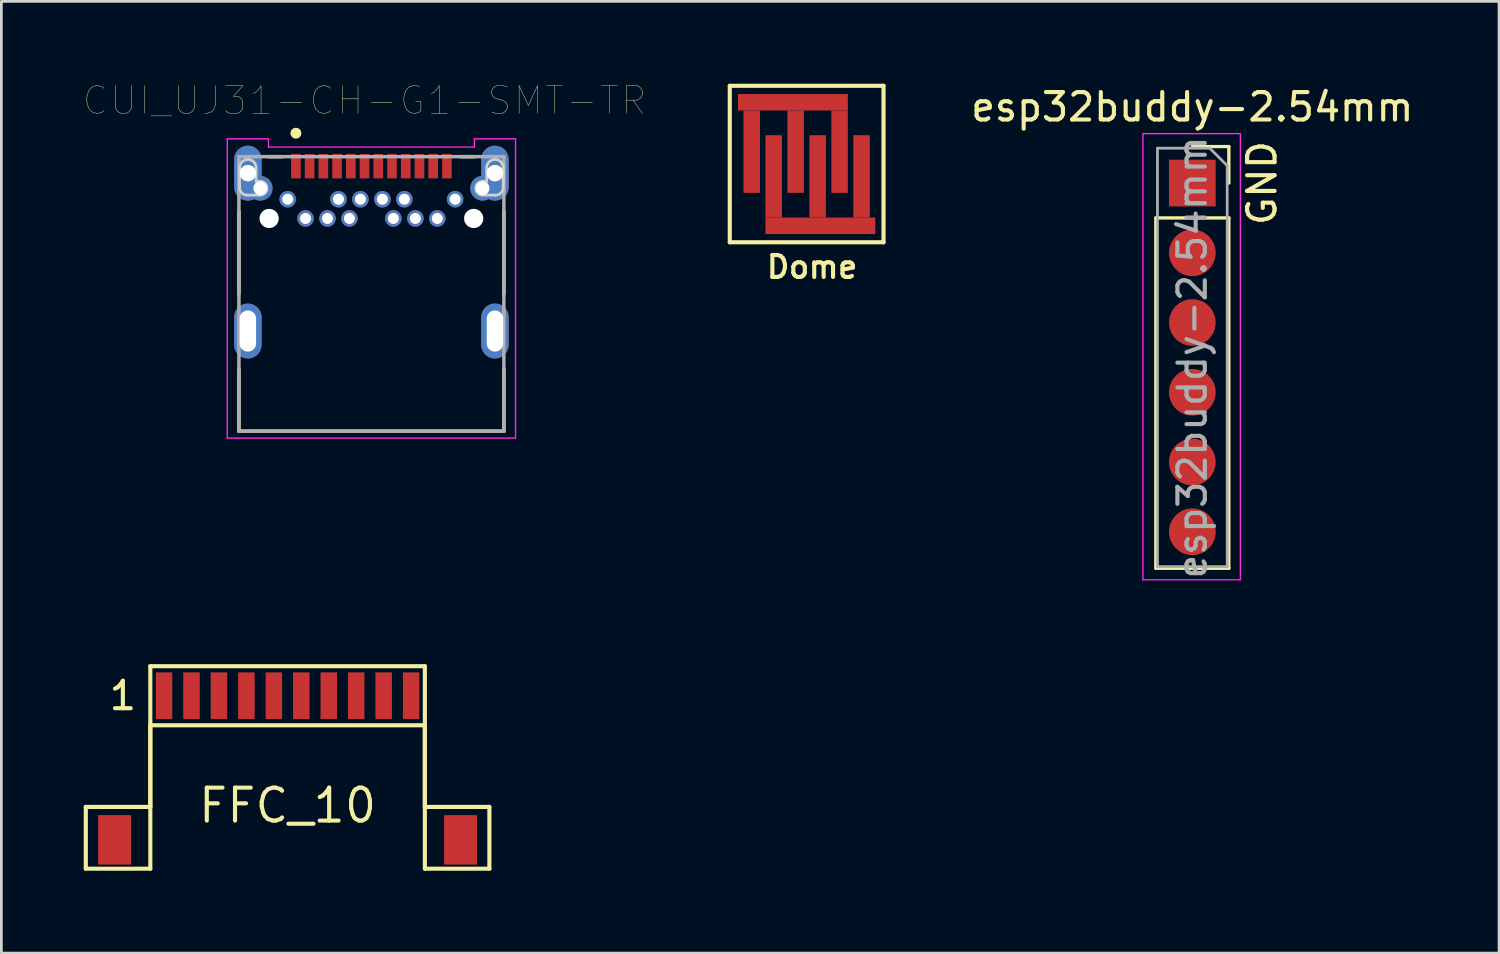
<source format=kicad_pcb>
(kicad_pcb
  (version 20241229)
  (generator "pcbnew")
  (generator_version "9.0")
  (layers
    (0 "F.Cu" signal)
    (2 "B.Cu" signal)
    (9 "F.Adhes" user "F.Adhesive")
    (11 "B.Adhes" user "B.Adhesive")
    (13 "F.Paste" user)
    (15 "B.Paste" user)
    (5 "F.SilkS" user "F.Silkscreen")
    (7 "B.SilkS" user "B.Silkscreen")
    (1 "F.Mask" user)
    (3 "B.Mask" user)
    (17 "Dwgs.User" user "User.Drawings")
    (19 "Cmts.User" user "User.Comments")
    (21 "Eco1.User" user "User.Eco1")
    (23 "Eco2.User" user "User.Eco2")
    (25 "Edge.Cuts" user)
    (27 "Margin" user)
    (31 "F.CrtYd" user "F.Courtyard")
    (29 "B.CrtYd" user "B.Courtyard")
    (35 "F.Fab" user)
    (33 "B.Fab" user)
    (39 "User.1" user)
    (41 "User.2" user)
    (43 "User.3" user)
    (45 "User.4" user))
  (footprint "Dome"
    (layer "F.Cu")
    (at 26.331 2.775)
    (property "Reference" "Dome" (at 0.2 3.9 0) (layer "F.SilkS") (effects (font (size 0.8 0.8) (thickness 0.15))))
    (attr through_hole)
    (fp_line (start -2.8 -2.7) (end -2.8 3) (stroke (width 0.15) (type solid)) (layer "F.SilkS"))
    (fp_line (start -2.8 -2.7) (end 2.8 -2.7) (stroke (width 0.15) (type solid)) (layer "F.SilkS"))
    (fp_line (start 2.8 -2.7) (end 2.8 3) (stroke (width 0.15) (type solid)) (layer "F.SilkS"))
    (fp_line (start 2.8 3) (end -2.8 3) (stroke (width 0.15) (type solid)) (layer "F.SilkS"))
    (pad "" connect rect (at 2 0.6) (size 0.6 3) (layers "F.Cu" "F.Mask"))
    (pad "1" smd rect (at -2 -0.3) (size 0.6 3) (layers "F.Cu" "F.Mask" "F.Paste"))
    (pad "1" smd rect (at -0.5 -2.1 90) (size 0.6 4) (layers "F.Cu" "F.Mask" "F.Paste"))
    (pad "1" smd rect (at -0.4 -0.3) (size 0.6 3) (layers "F.Cu" "F.Mask" "F.Paste"))
    (pad "1" smd rect (at 1.2 -0.3) (size 0.6 3) (layers "F.Cu" "F.Mask" "F.Paste"))
    (pad "2" smd rect (at -1.2 0.6) (size 0.6 3) (layers "F.Cu" "F.Mask" "F.Paste"))
    (pad "2" smd rect (at 0.4 0.6) (size 0.6 3) (layers "F.Cu" "F.Mask" "F.Paste"))
    (pad "2" smd rect (at 0.5 2.4 90) (size 0.6 4) (layers "F.Cu" "F.Mask" "F.Paste")))
  (footprint "esp32buddy-2.54mm"
    (layer "F.Cu")
    (at 40.379 3.618)
    (property "Reference" "esp32buddy-2.54mm" (at 0 -2.77 0) (layer "F.SilkS") (effects (font (size 1 1) (thickness 0.15))))
    (attr through_hole)
    (fp_line (start -1.33 1.27) (end -1.33 14.03) (stroke (width 0.12) (type solid)) (layer "F.SilkS"))
    (fp_line (start -1.33 1.27) (end 1.33 1.27) (stroke (width 0.12) (type solid)) (layer "F.SilkS"))
    (fp_line (start -1.33 14.03) (end 1.33 14.03) (stroke (width 0.12) (type solid)) (layer "F.SilkS"))
    (fp_line (start 0 -1.33) (end 1.33 -1.33) (stroke (width 0.12) (type solid)) (layer "F.SilkS"))
    (fp_line (start 1.33 -1.33) (end 1.33 0) (stroke (width 0.12) (type solid)) (layer "F.SilkS"))
    (fp_line (start 1.33 1.27) (end 1.33 14.03) (stroke (width 0.12) (type solid)) (layer "F.SilkS"))
    (fp_line (start -1.8 -1.8) (end 1.75 -1.8) (stroke (width 0.05) (type solid)) (layer "F.CrtYd"))
    (fp_line (start -1.8 14.45) (end -1.8 -1.8) (stroke (width 0.05) (type solid)) (layer "F.CrtYd"))
    (fp_line (start 1.75 -1.8) (end 1.75 14.45) (stroke (width 0.05) (type solid)) (layer "F.CrtYd"))
    (fp_line (start 1.75 14.45) (end -1.8 14.45) (stroke (width 0.05) (type solid)) (layer "F.CrtYd"))
    (fp_line (start -1.27 -1.27) (end 0.635 -1.27) (stroke (width 0.1) (type solid)) (layer "F.Fab"))
    (fp_line (start -1.27 13.97) (end -1.27 -1.27) (stroke (width 0.1) (type solid)) (layer "F.Fab"))
    (fp_line (start 0.635 -1.27) (end 1.27 -0.635) (stroke (width 0.1) (type solid)) (layer "F.Fab"))
    (fp_line (start 1.27 -0.635) (end 1.27 13.97) (stroke (width 0.1) (type solid)) (layer "F.Fab"))
    (fp_line (start 1.27 13.97) (end -1.27 13.97) (stroke (width 0.1) (type solid)) (layer "F.Fab"))
    (fp_text user "GND" (at 2.54 0 270) (layer "F.SilkS") (effects (font (size 1 1) (thickness 0.15))))
    (fp_text user "${REFERENCE}" (at 0 6.35 90) (layer "F.Fab") (effects (font (size 1 1) (thickness 0.15))))
    (pad "1" smd rect (at 0 0) (size 1.7 1.7) (layers "F.Cu" "F.Mask"))
    (pad "2" smd oval (at 0 2.54) (size 1.7 1.7) (layers "F.Cu" "F.Mask"))
    (pad "3" smd oval (at 0 5.08) (size 1.7 1.7) (layers "F.Cu" "F.Mask"))
    (pad "4" smd oval (at 0 7.62) (size 1.7 1.7) (layers "F.Cu" "F.Mask"))
    (pad "5" smd oval (at 0 10.16) (size 1.7 1.7) (layers "F.Cu" "F.Mask"))
    (pad "6" smd oval (at 0 12.7) (size 1.7 1.7) (layers "F.Cu" "F.Mask")))
  (footprint "CUI_UJ31-CH-G1-SMT-TR"
    (layer "F.Cu")
    (at 10.228 7.252)
    (property "Reference" "CUI_UJ31-CH-G1-SMT-TR" (at 0 -6.64 0) (layer "F.SilkS") (effects (font (size 1.002 1.002) (thickness 0.015))))
    (attr through_hole)
    (fp_line (start -4.575 0.405) (end -4.575 -2.595) (stroke (width 0.127) (type solid)) (layer "F.SilkS"))
    (fp_line (start -4.575 5.405) (end -4.575 3.155) (stroke (width 0.127) (type solid)) (layer "F.SilkS"))
    (fp_line (start -3.5 -4.595) (end -3 -4.595) (stroke (width 0.127) (type solid)) (layer "F.SilkS"))
    (fp_line (start 3.5 -4.595) (end 4 -4.595) (stroke (width 0.127) (type solid)) (layer "F.SilkS"))
    (fp_line (start 5.075 -2.595) (end 5.075 0.405) (stroke (width 0.127) (type solid)) (layer "F.SilkS"))
    (fp_line (start 5.075 3.155) (end 5.075 5.405) (stroke (width 0.127) (type solid)) (layer "F.SilkS"))
    (fp_line (start 5.075 5.405) (end -4.575 5.405) (stroke (width 0.127) (type solid)) (layer "F.SilkS"))
    (fp_circle (center -2.5 -5.45) (end -2.4 -5.45) (stroke (width 0.2) (type solid)) (fill no) (layer "F.SilkS"))
    (fp_line (start -4.55 -3.445) (end -4.55 -4.195) (stroke (width 0.1) (type solid)) (layer "Edge.Cuts"))
    (fp_line (start -3.95 -4.195) (end -3.95 -3.695) (stroke (width 0.1) (type solid)) (layer "Edge.Cuts"))
    (fp_line (start -3.95 -3.695) (end -3.8 -3.695) (stroke (width 0.1) (type solid)) (layer "Edge.Cuts"))
    (fp_line (start -3.8 -3.195) (end -4.25 -3.195) (stroke (width 0.1) (type solid)) (layer "Edge.Cuts"))
    (fp_line (start 4.3 -3.695) (end 4.45 -3.695) (stroke (width 0.1) (type solid)) (layer "Edge.Cuts"))
    (fp_line (start 4.45 -3.695) (end 4.45 -4.195) (stroke (width 0.1) (type solid)) (layer "Edge.Cuts"))
    (fp_line (start 4.75 -3.195) (end 4.3 -3.195) (stroke (width 0.1) (type solid)) (layer "Edge.Cuts"))
    (fp_line (start 5.05 -4.195) (end 5.05 -3.445) (stroke (width 0.1) (type solid)) (layer "Edge.Cuts"))
    (fp_arc (start -4.55 -4.195) (mid -4.25 -4.495) (end -3.95 -4.195) (stroke (width 0.1) (type solid)) (layer "Edge.Cuts"))
    (fp_arc (start -4.25 -3.195) (mid -4.451777 -3.257868) (end -4.55 -3.445) (stroke (width 0.1) (type solid)) (layer "Edge.Cuts"))
    (fp_arc (start -3.8 -3.695) (mid -3.55 -3.445) (end -3.8 -3.195) (stroke (width 0.1) (type solid)) (layer "Edge.Cuts"))
    (fp_arc (start 4.3 -3.195) (mid 4.05 -3.445) (end 4.3 -3.695) (stroke (width 0.1) (type solid)) (layer "Edge.Cuts"))
    (fp_arc (start 4.45 -4.195) (mid 4.75 -4.495) (end 5.05 -4.195) (stroke (width 0.1) (type solid)) (layer "Edge.Cuts"))
    (fp_arc (start 5.05 -3.445) (mid 4.951777 -3.257868) (end 4.75 -3.195) (stroke (width 0.1) (type solid)) (layer "Edge.Cuts"))
    (fp_line (start -5 -5.245) (end -3.5 -5.245) (stroke (width 0.05) (type solid)) (layer "F.CrtYd"))
    (fp_line (start -5 5.655) (end -5 -5.245) (stroke (width 0.05) (type solid)) (layer "F.CrtYd"))
    (fp_line (start -3.5 -5.245) (end -3.5 -4.945) (stroke (width 0.05) (type solid)) (layer "F.CrtYd"))
    (fp_line (start -3.5 -4.945) (end 4 -4.945) (stroke (width 0.05) (type solid)) (layer "F.CrtYd"))
    (fp_line (start 4 -5.245) (end 5.5 -5.245) (stroke (width 0.05) (type solid)) (layer "F.CrtYd"))
    (fp_line (start 4 -4.945) (end 4 -5.245) (stroke (width 0.05) (type solid)) (layer "F.CrtYd"))
    (fp_line (start 5.5 -5.245) (end 5.5 5.655) (stroke (width 0.05) (type solid)) (layer "F.CrtYd"))
    (fp_line (start 5.5 5.655) (end -5 5.655) (stroke (width 0.05) (type solid)) (layer "F.CrtYd"))
    (fp_line (start -4.575 -4.595) (end 5.075 -4.595) (stroke (width 0.127) (type solid)) (layer "F.Fab"))
    (fp_line (start -4.575 5.405) (end -4.575 -4.595) (stroke (width 0.127) (type solid)) (layer "F.Fab"))
    (fp_line (start 5.075 -4.595) (end 5.075 5.405) (stroke (width 0.127) (type solid)) (layer "F.Fab"))
    (fp_line (start 5.075 5.405) (end -4.575 5.405) (stroke (width 0.127) (type solid)) (layer "F.Fab"))
    (pad "" np_thru_hole circle (at -3.475 -2.345) (size 0.7 0.7) (drill 0.7) (layers "*.Cu" "*.Mask"))
    (pad "" np_thru_hole circle (at 3.975 -2.345) (size 0.7 0.7) (drill 0.7) (layers "*.Cu" "*.Mask"))
    (pad "A1" smd rect (at -2.5 -4.25) (size 0.35 0.89) (layers "F.Cu" "F.Mask" "F.Paste"))
    (pad "A2" smd rect (at -2 -4.25) (size 0.35 0.89) (layers "F.Cu" "F.Mask" "F.Paste"))
    (pad "A3" smd rect (at -1.5 -4.25) (size 0.35 0.89) (layers "F.Cu" "F.Mask" "F.Paste"))
    (pad "A4" smd rect (at -1 -4.25) (size 0.35 0.89) (layers "F.Cu" "F.Mask" "F.Paste"))
    (pad "A5" smd rect (at -0.5 -4.25) (size 0.35 0.89) (layers "F.Cu" "F.Mask" "F.Paste"))
    (pad "A6" smd rect (at 0 -4.25) (size 0.35 0.89) (layers "F.Cu" "F.Mask" "F.Paste"))
    (pad "A7" smd rect (at 0.5 -4.25) (size 0.35 0.89) (layers "F.Cu" "F.Mask" "F.Paste"))
    (pad "A8" smd rect (at 1 -4.25) (size 0.35 0.89) (layers "F.Cu" "F.Mask" "F.Paste"))
    (pad "A9" smd rect (at 1.5 -4.25) (size 0.35 0.89) (layers "F.Cu" "F.Mask" "F.Paste"))
    (pad "A10" smd rect (at 2 -4.25) (size 0.35 0.89) (layers "F.Cu" "F.Mask" "F.Paste"))
    (pad "A11" smd rect (at 2.5 -4.25) (size 0.35 0.89) (layers "F.Cu" "F.Mask" "F.Paste"))
    (pad "A12" smd rect (at 3 -4.25) (size 0.35 0.89) (layers "F.Cu" "F.Mask" "F.Paste"))
    (pad "B1" thru_hole circle (at 3.3 -3.045) (size 0.6 0.6) (drill 0.4) (layers "*.Cu" "*.Mask"))
    (pad "B2" thru_hole circle (at 2.65 -2.345) (size 0.6 0.6) (drill 0.4) (layers "*.Cu" "*.Mask"))
    (pad "B3" thru_hole circle (at 1.85 -2.345) (size 0.6 0.6) (drill 0.4) (layers "*.Cu" "*.Mask"))
    (pad "B4" thru_hole circle (at 1.45 -3.045) (size 0.6 0.6) (drill 0.4) (layers "*.Cu" "*.Mask"))
    (pad "B5" thru_hole circle (at 1.05 -2.345) (size 0.6 0.6) (drill 0.4) (layers "*.Cu" "*.Mask"))
    (pad "B6" thru_hole circle (at 0.65 -3.045) (size 0.6 0.6) (drill 0.4) (layers "*.Cu" "*.Mask"))
    (pad "B7" thru_hole circle (at -0.15 -3.045) (size 0.6 0.6) (drill 0.4) (layers "*.Cu" "*.Mask"))
    (pad "B8" thru_hole circle (at -0.55 -2.345) (size 0.6 0.6) (drill 0.4) (layers "*.Cu" "*.Mask"))
    (pad "B9" thru_hole circle (at -0.95 -3.045) (size 0.6 0.6) (drill 0.4) (layers "*.Cu" "*.Mask"))
    (pad "B10" thru_hole circle (at -1.35 -2.345) (size 0.6 0.6) (drill 0.4) (layers "*.Cu" "*.Mask"))
    (pad "B11" thru_hole circle (at -2.15 -2.345) (size 0.6 0.6) (drill 0.4) (layers "*.Cu" "*.Mask"))
    (pad "B12" thru_hole circle (at -2.8 -3.045) (size 0.6 0.6) (drill 0.4) (layers "*.Cu" "*.Mask"))
    (pad "SH1" thru_hole oval (at -4.25 1.755) (size 1 2) (drill oval 0.6 1.5) (layers "*.Cu" "*.Mask"))
    (pad "SH2" thru_hole circle (at -3.8 -3.445) (size 0.9 0.9) (drill 0.5) (layers "*.Cu" "*.Mask"))
    (pad "SH3" thru_hole oval (at -4.25 -3.995) (size 1 2) (drill 0.6) (layers "*.Cu" "*.Mask"))
    (pad "SH4" thru_hole oval (at 4.75 1.755) (size 1 2) (drill oval 0.6 1.5) (layers "*.Cu" "*.Mask"))
    (pad "SH5" thru_hole circle (at 4.3 -3.445) (size 0.9 0.9) (drill 0.5) (layers "*.Cu" "*.Mask"))
    (pad "SH6" thru_hole oval (at 4.75 -3.995) (size 1 2) (drill 0.6) (layers "*.Cu" "*.Mask")))
  (footprint "FFC_10"
    (layer "F.Cu")
    (at 7.425 22.291)
    (property "Reference" "FFC_10" (at 0 4 0) (layer "F.SilkS") (effects (font (size 1.2 1.2) (thickness 0.15))))
    (attr through_hole)
    (fp_line (start -7.35 4.05) (end -5 4.05) (stroke (width 0.15) (type solid)) (layer "F.SilkS"))
    (fp_line (start -7.35 6.3) (end -7.35 4.05) (stroke (width 0.15) (type solid)) (layer "F.SilkS"))
    (fp_line (start -5 -1.075) (end 5 -1.075) (stroke (width 0.15) (type solid)) (layer "F.SilkS"))
    (fp_line (start -5 1.075) (end -5 6.3) (stroke (width 0.15) (type solid)) (layer "F.SilkS"))
    (fp_line (start -5 1.075) (end 5 1.075) (stroke (width 0.15) (type solid)) (layer "F.SilkS"))
    (fp_line (start -5 4.05) (end -5 -1.075) (stroke (width 0.15) (type solid)) (layer "F.SilkS"))
    (fp_line (start -5 6.3) (end -7.35 6.3) (stroke (width 0.15) (type solid)) (layer "F.SilkS"))
    (fp_line (start 5 1.075) (end 5 6.3) (stroke (width 0.15) (type solid)) (layer "F.SilkS"))
    (fp_line (start 5 4.05) (end 5 -1.075) (stroke (width 0.15) (type solid)) (layer "F.SilkS"))
    (fp_line (start 5 6.3) (end 7.35 6.3) (stroke (width 0.15) (type solid)) (layer "F.SilkS"))
    (fp_line (start 7.35 4.05) (end 5 4.05) (stroke (width 0.15) (type solid)) (layer "F.SilkS"))
    (fp_line (start 7.35 6.3) (end 7.35 4.05) (stroke (width 0.15) (type solid)) (layer "F.SilkS"))
    (fp_text user "1" (at -6 0 0) (layer "F.SilkS") (effects (font (size 1 1) (thickness 0.15))))
    (pad "0" smd rect (at -6.3 5.25) (size 1.2 1.8) (layers "F.Cu" "F.Mask" "F.Paste"))
    (pad "0" smd rect (at 6.3 5.25) (size 1.2 1.8) (layers "F.Cu" "F.Mask" "F.Paste"))
    (pad "1" smd rect (at -4.5 0) (size 0.6 1.7) (layers "F.Cu" "F.Mask" "F.Paste"))
    (pad "2" smd rect (at -3.5 0) (size 0.6 1.7) (layers "F.Cu" "F.Mask" "F.Paste"))
    (pad "3" smd rect (at -2.5 0) (size 0.6 1.7) (layers "F.Cu" "F.Mask" "F.Paste"))
    (pad "4" smd rect (at -1.5 0) (size 0.6 1.7) (layers "F.Cu" "F.Mask" "F.Paste"))
    (pad "5" smd rect (at -0.5 0) (size 0.6 1.7) (layers "F.Cu" "F.Mask" "F.Paste"))
    (pad "6" smd rect (at 0.5 0) (size 0.6 1.7) (layers "F.Cu" "F.Mask" "F.Paste"))
    (pad "7" smd rect (at 1.5 0) (size 0.6 1.7) (layers "F.Cu" "F.Mask" "F.Paste"))
    (pad "8" smd rect (at 2.5 0) (size 0.6 1.7) (layers "F.Cu" "F.Mask" "F.Paste"))
    (pad "9" smd rect (at 3.5 0) (size 0.6 1.7) (layers "F.Cu" "F.Mask" "F.Paste"))
    (pad "10" smd rect (at 4.5 0) (size 0.6 1.7) (layers "F.Cu" "F.Mask" "F.Paste")))
  (gr_rect
    (start -3 -3)
    (end 51.551 31.666)
    (stroke (width 0.1) (type default))
    (fill no)
    (layer "Edge.Cuts")))
</source>
